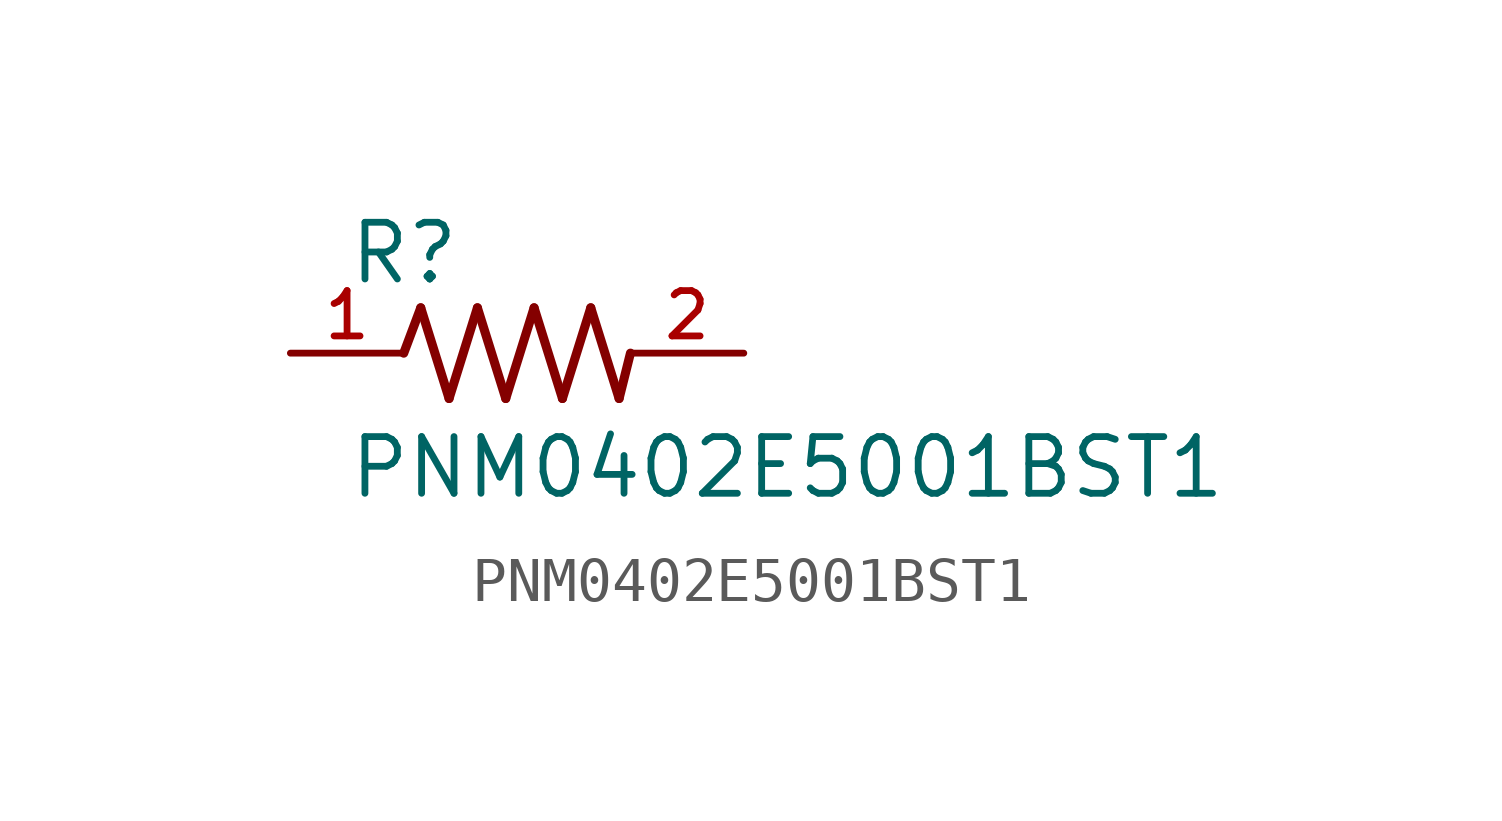
<source format=kicad_sym>
(kicad_symbol_lib
  (version 20211014)
  (generator kicad_symbol_editor)
  (symbol "PNM0402E5001BST1"
    (pin_names
      (offset 1.016))
    (property "Reference" "R"
      (at -3.811 1.499 0)
      (effects (font (size 1.27 1.27)) (justify bottom left)))
    (property "Value" "PNM0402E5001BST1"
      (at -3.812 -3.303 0)
      (effects (font (size 1.27 1.27)) (justify bottom left)))
    (symbol "PNM0402E5001BST1_0_0"
      (polyline (pts (xy -2.54 0.0) (xy -2.159 1.016)) (stroke (width 0.203)))
      (polyline (pts (xy -2.159 1.016) (xy -1.524 -1.016)) (stroke (width 0.203)))
      (polyline (pts (xy -1.524 -1.016) (xy -0.889 1.016)) (stroke (width 0.203)))
      (polyline (pts (xy -0.889 1.016) (xy -0.254 -1.016)) (stroke (width 0.203)))
      (polyline (pts (xy -0.254 -1.016) (xy 0.381 1.016)) (stroke (width 0.203)))
      (polyline (pts (xy 0.381 1.016) (xy 1.016 -1.016)) (stroke (width 0.203)))
      (polyline (pts (xy 1.016 -1.016) (xy 1.651 1.016)) (stroke (width 0.203)))
      (polyline (pts (xy 1.651 1.016) (xy 2.286 -1.016)) (stroke (width 0.203)))
      (polyline (pts (xy 2.286 -1.016) (xy 2.54 0.0)) (stroke (width 0.203)))
      (pin passive line (at 5.08 0.0 180.0) (length 2.54) (name "~" (effects (font (size 1.016 1.016)))) (number "2" (effects (font (size 1.016 1.016)))))
      (pin passive line (at -5.08 0.0 0) (length 2.54) (name "~" (effects (font (size 1.016 1.016)))) (number "1" (effects (font (size 1.016 1.016))))))))
</source>
